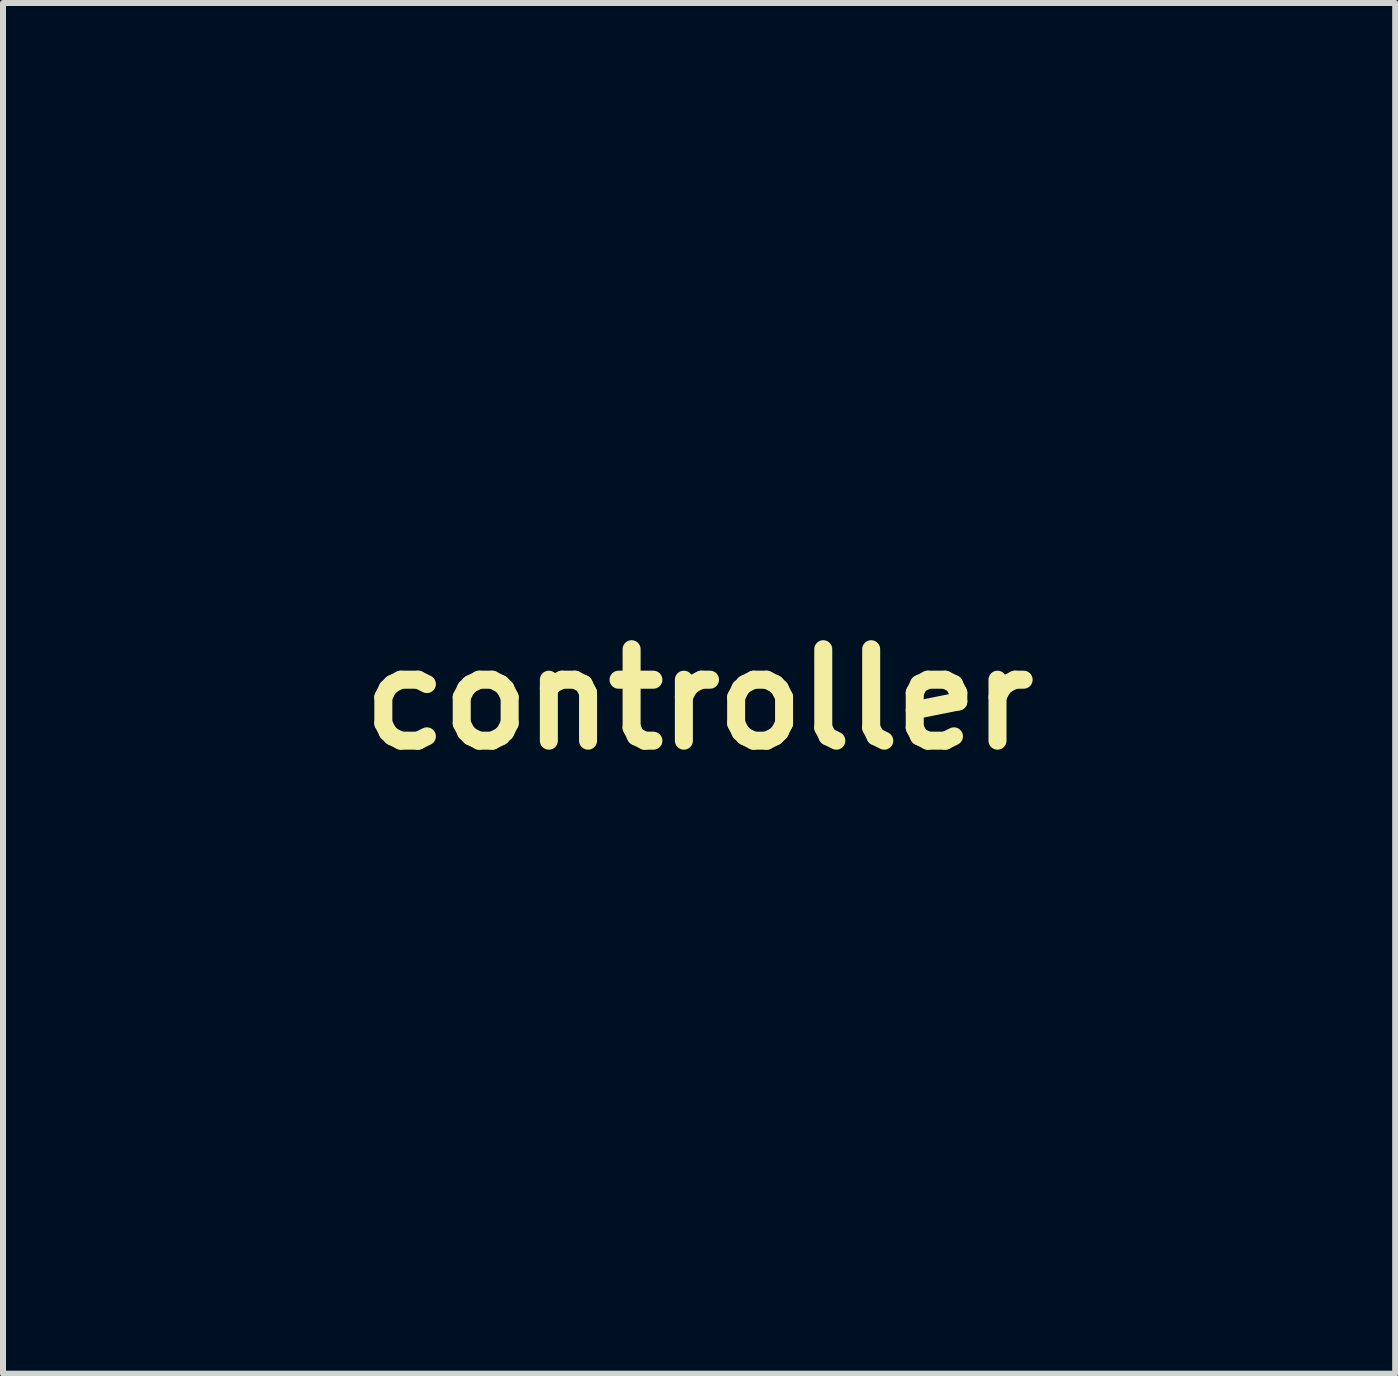
<source format=kicad_pcb>
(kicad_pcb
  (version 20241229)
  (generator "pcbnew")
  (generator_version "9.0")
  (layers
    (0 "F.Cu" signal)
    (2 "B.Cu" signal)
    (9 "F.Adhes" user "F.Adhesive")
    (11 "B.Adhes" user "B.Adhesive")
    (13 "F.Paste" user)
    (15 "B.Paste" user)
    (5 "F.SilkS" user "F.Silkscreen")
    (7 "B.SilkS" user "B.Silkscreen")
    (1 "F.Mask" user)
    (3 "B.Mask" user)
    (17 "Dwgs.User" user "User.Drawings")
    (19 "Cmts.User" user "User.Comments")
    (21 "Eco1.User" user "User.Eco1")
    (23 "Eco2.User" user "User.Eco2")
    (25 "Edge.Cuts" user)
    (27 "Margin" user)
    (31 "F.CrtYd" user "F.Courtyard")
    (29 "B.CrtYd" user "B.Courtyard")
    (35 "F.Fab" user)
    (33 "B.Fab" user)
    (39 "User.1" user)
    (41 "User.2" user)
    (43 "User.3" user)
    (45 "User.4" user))
  (footprint "controller"
    (layer "F.Cu")
    (at 8.598 8.601)
    (property "Reference" "controller" (at 0 0 0) (layer "F.SilkS") (effects (font (size 1.524 1.524) (thickness 0.3))))
    (attr through_hole)
    (fp_poly (pts (xy -7.137 -1.937) (xy -7.144 -1.93) (xy -7.15 -1.937) (xy -7.144 -1.943) (xy -7.137 -1.937)) (stroke (width 0.01) (type solid)) (fill yes) (layer "F.Mask"))
    (fp_poly (pts (xy 2.515 8.223) (xy 2.508 8.23) (xy 2.502 8.223) (xy 2.508 8.217) (xy 2.515 8.223)) (stroke (width 0.01) (type solid)) (fill yes) (layer "F.Mask"))
    (fp_poly (pts (xy 2.548 8.208) (xy 2.547 8.216) (xy 2.54 8.217) (xy 2.53 8.212) (xy 2.532 8.208) (xy 2.547 8.207) (xy 2.548 8.208)) (stroke (width 0.01) (type solid)) (fill yes) (layer "F.Mask"))
    (fp_poly (pts (xy -4.695 0.867) (xy -4.646 0.928) (xy -4.581 0.999) (xy -4.507 1.074) (xy -4.429 1.148) (xy -4.352 1.215) (xy -4.293 1.263) (xy -4.088 1.402) (xy -3.872 1.524) (xy -3.647 1.626) (xy -3.417 1.708) (xy -3.185 1.767) (xy -2.954 1.804) (xy -2.876 1.81) (xy -2.821 1.815) (xy -2.774 1.822) (xy -2.743 1.828) (xy -2.734 1.832) (xy -2.731 1.843) (xy -2.737 1.867) (xy -2.753 1.906) (xy -2.779 1.963) (xy -2.81 2.027) (xy -2.902 2.21) (xy -3.041 2.208) (xy -3.104 2.207) (xy -3.161 2.205) (xy -3.206 2.203) (xy -3.226 2.201) (xy -3.429 2.171) (xy -3.639 2.121) (xy -3.849 2.054) (xy -4.052 1.971) (xy -4.243 1.874) (xy -4.302 1.84) (xy -4.462 1.734) (xy -4.612 1.618) (xy -4.75 1.494) (xy -4.871 1.365) (xy -4.972 1.235) (xy -5.012 1.173) (xy -5.052 1.108) (xy -4.898 0.955) (xy -4.743 0.801) (xy -4.695 0.867)) (stroke (width 0.01) (type solid)) (fill yes) (layer "F.Mask"))
    (fp_poly (pts (xy 1.49 1.383) (xy 1.563 1.472) (xy 1.652 1.567) (xy 1.751 1.661) (xy 1.853 1.749) (xy 1.944 1.819) (xy 2.089 1.913) (xy 2.246 1.999) (xy 2.409 2.074) (xy 2.571 2.134) (xy 2.725 2.178) (xy 2.728 2.178) (xy 2.772 2.19) (xy 2.803 2.2) (xy 2.817 2.207) (xy 2.817 2.208) (xy 2.81 2.222) (xy 2.792 2.254) (xy 2.765 2.3) (xy 2.733 2.356) (xy 2.705 2.404) (xy 2.597 2.59) (xy 2.546 2.59) (xy 2.511 2.586) (xy 2.46 2.577) (xy 2.403 2.564) (xy 2.378 2.558) (xy 2.19 2.498) (xy 2.002 2.415) (xy 1.82 2.313) (xy 1.646 2.195) (xy 1.486 2.063) (xy 1.344 1.921) (xy 1.282 1.846) (xy 1.248 1.802) (xy 1.212 1.749) (xy 1.175 1.694) (xy 1.142 1.641) (xy 1.116 1.595) (xy 1.098 1.56) (xy 1.092 1.542) (xy 1.102 1.529) (xy 1.128 1.504) (xy 1.167 1.468) (xy 1.216 1.426) (xy 1.249 1.399) (xy 1.406 1.271) (xy 1.49 1.383)) (stroke (width 0.01) (type solid)) (fill yes) (layer "F.Mask"))
    (fp_poly (pts (xy -0.079 2.42) (xy 0.106 2.44) (xy 0.304 2.473) (xy 0.512 2.517) (xy 0.727 2.572) (xy 0.945 2.636) (xy 1.162 2.709) (xy 1.375 2.789) (xy 1.581 2.877) (xy 1.644 2.906) (xy 1.821 2.992) (xy 1.995 3.082) (xy 2.166 3.177) (xy 2.336 3.279) (xy 2.507 3.389) (xy 2.681 3.508) (xy 2.86 3.637) (xy 3.045 3.778) (xy 3.238 3.931) (xy 3.44 4.099) (xy 3.655 4.282) (xy 3.882 4.481) (xy 4.124 4.698) (xy 4.139 4.712) (xy 4.279 4.839) (xy 4.403 4.949) (xy 4.512 5.044) (xy 4.607 5.126) (xy 4.692 5.196) (xy 4.767 5.256) (xy 4.835 5.306) (xy 4.897 5.349) (xy 4.955 5.385) (xy 5.011 5.417) (xy 5.036 5.431) (xy 5.085 5.456) (xy 5.112 5.474) (xy 5.122 5.484) (xy 5.115 5.49) (xy 5.113 5.491) (xy 5.026 5.511) (xy 4.959 5.525) (xy 4.907 5.533) (xy 4.865 5.535) (xy 4.829 5.532) (xy 4.794 5.525) (xy 4.763 5.518) (xy 4.716 5.509) (xy 4.664 5.5) (xy 4.661 5.5) (xy 4.571 5.484) (xy 4.49 5.464) (xy 4.42 5.444) (xy 4.377 5.426) (xy 4.327 5.398) (xy 4.267 5.357) (xy 4.195 5.302) (xy 4.111 5.232) (xy 4.012 5.146) (xy 3.917 5.061) (xy 3.793 4.949) (xy 3.685 4.851) (xy 3.589 4.766) (xy 3.504 4.69) (xy 3.425 4.621) (xy 3.351 4.556) (xy 3.278 4.494) (xy 3.203 4.431) (xy 3.14 4.378) (xy 2.808 4.112) (xy 2.479 3.871) (xy 2.153 3.654) (xy 1.827 3.46) (xy 1.502 3.289) (xy 1.176 3.14) (xy 0.848 3.014) (xy 0.517 2.909) (xy 0.181 2.824) (xy -0.1 2.77) (xy -0.187 2.755) (xy -0.259 2.745) (xy -0.324 2.738) (xy -0.389 2.734) (xy -0.462 2.731) (xy -0.549 2.731) (xy -0.588 2.731) (xy -0.862 2.738) (xy -1.118 2.759) (xy -1.36 2.796) (xy -1.59 2.85) (xy -1.813 2.92) (xy -2.033 3.008) (xy -2.204 3.09) (xy -2.253 3.114) (xy -2.29 3.131) (xy -2.311 3.138) (xy -2.312 3.135) (xy -2.31 3.133) (xy -2.156 3.008) (xy -2.009 2.902) (xy -1.865 2.811) (xy -1.717 2.732) (xy -1.561 2.662) (xy -1.515 2.643) (xy -1.25 2.552) (xy -0.976 2.484) (xy -0.691 2.438) (xy -0.396 2.416) (xy -0.245 2.413) (xy -0.079 2.42)) (stroke (width 0.01) (type solid)) (fill yes) (layer "F.Mask"))
    (fp_poly (pts (xy -7.152 -1.911) (xy -7.156 -1.883) (xy -7.156 -1.88) (xy -7.195 -1.611) (xy -7.221 -1.341) (xy -7.234 -1.064) (xy -7.234 -0.775) (xy -7.227 -0.584) (xy -7.206 -0.244) (xy -7.175 0.102) (xy -7.136 0.446) (xy -7.087 0.778) (xy -7.062 0.927) (xy -7.043 1.036) (xy -7.027 1.123) (xy -7.015 1.19) (xy -7.006 1.239) (xy -6.999 1.273) (xy -6.995 1.294) (xy -6.991 1.306) (xy -6.991 1.306) (xy -6.986 1.326) (xy -6.979 1.363) (xy -6.972 1.407) (xy -6.962 1.46) (xy -6.946 1.534) (xy -6.926 1.624) (xy -6.901 1.728) (xy -6.873 1.842) (xy -6.843 1.961) (xy -6.812 2.083) (xy -6.781 2.204) (xy -6.75 2.319) (xy -6.721 2.425) (xy -6.694 2.519) (xy -6.684 2.553) (xy -6.652 2.658) (xy -6.617 2.771) (xy -6.58 2.886) (xy -6.542 3.001) (xy -6.506 3.109) (xy -6.472 3.207) (xy -6.442 3.29) (xy -6.418 3.355) (xy -6.413 3.365) (xy -6.398 3.405) (xy -6.377 3.459) (xy -6.355 3.515) (xy -6.352 3.524) (xy -6.331 3.58) (xy -6.309 3.635) (xy -6.291 3.678) (xy -6.289 3.683) (xy -6.273 3.719) (xy -6.251 3.771) (xy -6.226 3.83) (xy -6.21 3.867) (xy -6.177 3.942) (xy -6.134 4.034) (xy -6.085 4.137) (xy -6.032 4.244) (xy -5.977 4.35) (xy -5.925 4.45) (xy -5.877 4.538) (xy -5.852 4.583) (xy -5.712 4.813) (xy -5.568 5.019) (xy -5.423 5.201) (xy -5.276 5.359) (xy -5.127 5.492) (xy -4.976 5.599) (xy -4.952 5.614) (xy -4.91 5.64) (xy -4.883 5.659) (xy -4.874 5.671) (xy -4.883 5.676) (xy -4.912 5.674) (xy -4.963 5.666) (xy -5.036 5.651) (xy -5.093 5.639) (xy -5.195 5.617) (xy -5.276 5.596) (xy -5.34 5.577) (xy -5.391 5.557) (xy -5.418 5.544) (xy -5.448 5.53) (xy -5.467 5.525) (xy -5.468 5.525) (xy -5.489 5.518) (xy -5.525 5.501) (xy -5.572 5.476) (xy -5.624 5.447) (xy -5.675 5.416) (xy -5.702 5.398) (xy -5.774 5.34) (xy -5.848 5.263) (xy -5.925 5.167) (xy -6.005 5.05) (xy -6.089 4.911) (xy -6.177 4.75) (xy -6.269 4.567) (xy -6.364 4.366) (xy -6.393 4.301) (xy -6.426 4.227) (xy -6.46 4.147) (xy -6.494 4.066) (xy -6.526 3.989) (xy -6.554 3.921) (xy -6.576 3.866) (xy -6.59 3.828) (xy -6.592 3.823) (xy -6.601 3.795) (xy -6.617 3.753) (xy -6.635 3.705) (xy -6.636 3.702) (xy -6.707 3.507) (xy -6.779 3.292) (xy -6.852 3.065) (xy -6.922 2.83) (xy -6.954 2.718) (xy -6.968 2.663) (xy -6.987 2.59) (xy -7.01 2.5) (xy -7.034 2.4) (xy -7.06 2.294) (xy -7.086 2.186) (xy -7.111 2.08) (xy -7.134 1.981) (xy -7.155 1.894) (xy -7.17 1.822) (xy -7.181 1.772) (xy -7.249 1.411) (xy -7.306 1.069) (xy -7.351 0.746) (xy -7.386 0.436) (xy -7.41 0.139) (xy -7.425 -0.149) (xy -7.429 -0.425) (xy -7.428 -0.52) (xy -7.427 -0.61) (xy -7.425 -0.692) (xy -7.423 -0.761) (xy -7.42 -0.813) (xy -7.418 -0.838) (xy -7.395 -0.992) (xy -7.364 -1.161) (xy -7.327 -1.333) (xy -7.286 -1.5) (xy -7.252 -1.623) (xy -7.223 -1.72) (xy -7.199 -1.799) (xy -7.179 -1.858) (xy -7.164 -1.897) (xy -7.155 -1.915) (xy -7.152 -1.911)) (stroke (width 0.01) (type solid)) (fill yes) (layer "F.Mask"))
    (fp_poly (pts (xy -0.042 -8.596) (xy 0.058 -8.594) (xy 0.102 -8.593) (xy 0.26 -8.589) (xy 0.423 -8.582) (xy 0.586 -8.573) (xy 0.744 -8.563) (xy 0.892 -8.55) (xy 1.025 -8.536) (xy 1.137 -8.522) (xy 1.143 -8.521) (xy 1.36 -8.488) (xy 1.559 -8.453) (xy 1.746 -8.417) (xy 1.929 -8.377) (xy 2.115 -8.332) (xy 2.172 -8.317) (xy 2.288 -8.286) (xy 2.419 -8.248) (xy 2.558 -8.205) (xy 2.7 -8.159) (xy 2.839 -8.112) (xy 2.97 -8.066) (xy 3.087 -8.023) (xy 3.176 -7.988) (xy 3.246 -7.959) (xy 3.319 -7.929) (xy 3.386 -7.901) (xy 3.435 -7.881) (xy 3.482 -7.861) (xy 3.545 -7.833) (xy 3.617 -7.799) (xy 3.693 -7.763) (xy 3.74 -7.741) (xy 4.104 -7.553) (xy 4.463 -7.346) (xy 4.816 -7.12) (xy 5.156 -6.88) (xy 5.481 -6.627) (xy 5.786 -6.366) (xy 5.881 -6.278) (xy 6.008 -6.156) (xy 6.143 -6.018) (xy 6.282 -5.871) (xy 6.421 -5.717) (xy 6.558 -5.56) (xy 6.688 -5.405) (xy 6.809 -5.255) (xy 6.917 -5.115) (xy 6.991 -5.011) (xy 7.07 -4.897) (xy 7.154 -4.77) (xy 7.239 -4.639) (xy 7.32 -4.51) (xy 7.394 -4.39) (xy 7.429 -4.331) (xy 7.465 -4.267) (xy 7.507 -4.192) (xy 7.553 -4.107) (xy 7.601 -4.018) (xy 7.649 -3.926) (xy 7.695 -3.836) (xy 7.738 -3.752) (xy 7.776 -3.675) (xy 7.807 -3.611) (xy 7.83 -3.562) (xy 7.842 -3.531) (xy 7.842 -3.531) (xy 7.852 -3.505) (xy 7.869 -3.464) (xy 7.89 -3.413) (xy 7.903 -3.385) (xy 7.956 -3.262) (xy 8.011 -3.122) (xy 8.067 -2.971) (xy 8.123 -2.811) (xy 8.178 -2.648) (xy 8.23 -2.485) (xy 8.277 -2.328) (xy 8.318 -2.181) (xy 8.353 -2.047) (xy 8.378 -1.932) (xy 8.381 -1.918) (xy 8.389 -1.877) (xy 8.4 -1.819) (xy 8.414 -1.753) (xy 8.426 -1.695) (xy 8.452 -1.567) (xy 8.475 -1.438) (xy 8.496 -1.306) (xy 8.516 -1.166) (xy 8.534 -1.012) (xy 8.553 -0.842) (xy 8.568 -0.679) (xy 8.575 -0.59) (xy 8.581 -0.482) (xy 8.586 -0.361) (xy 8.589 -0.231) (xy 8.591 -0.095) (xy 8.592 0.042) (xy 8.591 0.175) (xy 8.59 0.302) (xy 8.586 0.416) (xy 8.582 0.515) (xy 8.576 0.593) (xy 8.575 0.61) (xy 8.568 0.672) (xy 8.559 0.752) (xy 8.55 0.842) (xy 8.54 0.934) (xy 8.534 0.997) (xy 8.491 1.328) (xy 8.431 1.67) (xy 8.355 2.018) (xy 8.263 2.367) (xy 8.158 2.71) (xy 8.041 3.044) (xy 8.007 3.131) (xy 7.834 3.54) (xy 7.638 3.944) (xy 7.421 4.339) (xy 7.186 4.721) (xy 6.933 5.087) (xy 6.836 5.217) (xy 6.672 5.425) (xy 6.495 5.634) (xy 6.309 5.841) (xy 6.118 6.042) (xy 5.924 6.235) (xy 5.731 6.416) (xy 5.542 6.581) (xy 5.359 6.728) (xy 5.309 6.766) (xy 5.258 6.804) (xy 5.203 6.846) (xy 5.169 6.872) (xy 5.044 6.965) (xy 4.9 7.065) (xy 4.742 7.169) (xy 4.575 7.275) (xy 4.404 7.379) (xy 4.233 7.479) (xy 4.067 7.571) (xy 3.91 7.653) (xy 3.877 7.67) (xy 3.702 7.756) (xy 3.542 7.831) (xy 3.393 7.899) (xy 3.249 7.96) (xy 3.105 8.017) (xy 2.954 8.074) (xy 2.792 8.131) (xy 2.689 8.166) (xy 2.629 8.186) (xy 2.59 8.198) (xy 2.57 8.203) (xy 2.564 8.202) (xy 2.566 8.199) (xy 2.58 8.193) (xy 2.612 8.179) (xy 2.657 8.16) (xy 2.713 8.137) (xy 2.713 8.137) (xy 2.792 8.102) (xy 2.89 8.058) (xy 2.999 8.005) (xy 3.116 7.947) (xy 3.237 7.886) (xy 3.355 7.824) (xy 3.466 7.764) (xy 3.525 7.732) (xy 3.869 7.525) (xy 4.209 7.296) (xy 4.541 7.048) (xy 4.861 6.783) (xy 5.166 6.505) (xy 5.452 6.215) (xy 5.466 6.2) (xy 5.529 6.133) (xy 5.315 5.918) (xy 5.563 5.671) (xy 5.81 5.423) (xy 5.996 5.607) (xy 6.034 5.563) (xy 6.116 5.462) (xy 6.206 5.343) (xy 6.302 5.209) (xy 6.402 5.063) (xy 6.502 4.911) (xy 6.601 4.755) (xy 6.695 4.599) (xy 6.782 4.449) (xy 6.782 4.448) (xy 6.894 4.249) (xy 6.86 4.226) (xy 6.824 4.203) (xy 6.785 4.183) (xy 6.758 4.167) (xy 6.744 4.153) (xy 6.744 4.151) (xy 6.733 4.142) (xy 6.718 4.14) (xy 6.698 4.135) (xy 6.693 4.128) (xy 6.682 4.117) (xy 6.668 4.115) (xy 6.647 4.109) (xy 6.642 4.102) (xy 6.632 4.091) (xy 6.623 4.089) (xy 6.606 4.084) (xy 6.604 4.079) (xy 6.593 4.068) (xy 6.567 4.054) (xy 6.56 4.051) (xy 6.531 4.038) (xy 6.516 4.026) (xy 6.515 4.024) (xy 6.505 4.014) (xy 6.496 4.013) (xy 6.474 4.005) (xy 6.472 3.979) (xy 6.488 3.937) (xy 6.508 3.901) (xy 6.53 3.862) (xy 6.547 3.833) (xy 6.553 3.818) (xy 6.553 3.818) (xy 6.559 3.806) (xy 6.575 3.778) (xy 6.596 3.74) (xy 6.621 3.698) (xy 6.644 3.658) (xy 6.664 3.626) (xy 6.674 3.61) (xy 6.685 3.614) (xy 6.713 3.628) (xy 6.75 3.648) (xy 6.793 3.671) (xy 6.834 3.695) (xy 6.869 3.715) (xy 6.891 3.729) (xy 6.896 3.733) (xy 6.91 3.743) (xy 6.939 3.759) (xy 6.953 3.767) (xy 7.011 3.797) (xy 7.049 3.819) (xy 7.07 3.834) (xy 7.075 3.84) (xy 7.087 3.849) (xy 7.102 3.847) (xy 7.12 3.831) (xy 7.143 3.8) (xy 7.171 3.753) (xy 7.207 3.688) (xy 7.249 3.603) (xy 7.301 3.497) (xy 7.327 3.442) (xy 7.377 3.333) (xy 7.43 3.211) (xy 7.485 3.08) (xy 7.539 2.946) (xy 7.59 2.813) (xy 7.637 2.685) (xy 7.679 2.569) (xy 7.712 2.467) (xy 7.726 2.418) (xy 7.756 2.314) (xy 7.551 2.26) (xy 7.478 2.241) (xy 7.408 2.222) (xy 7.348 2.206) (xy 7.304 2.193) (xy 7.288 2.189) (xy 7.228 2.171) (xy 7.272 2.01) (xy 7.289 1.944) (xy 7.306 1.882) (xy 7.321 1.831) (xy 7.33 1.797) (xy 7.331 1.796) (xy 7.347 1.744) (xy 7.595 1.811) (xy 7.671 1.832) (xy 7.739 1.85) (xy 7.795 1.865) (xy 7.835 1.875) (xy 7.855 1.879) (xy 7.857 1.879) (xy 7.867 1.867) (xy 7.88 1.833) (xy 7.895 1.78) (xy 7.912 1.71) (xy 7.93 1.627) (xy 7.948 1.534) (xy 7.966 1.433) (xy 7.983 1.327) (xy 7.999 1.221) (xy 8.012 1.115) (xy 8.019 1.054) (xy 8.028 0.971) (xy 8.038 0.878) (xy 8.048 0.779) (xy 8.057 0.681) (xy 8.066 0.588) (xy 8.074 0.507) (xy 8.079 0.444) (xy 8.081 0.422) (xy 8.086 0.356) (xy 7.417 0.356) (xy 7.417 -0.343) (xy 8.084 -0.343) (xy 8.075 -0.49) (xy 8.059 -0.691) (xy 8.039 -0.895) (xy 8.016 -1.096) (xy 7.989 -1.288) (xy 7.96 -1.464) (xy 7.936 -1.587) (xy 7.923 -1.651) (xy 7.91 -1.717) (xy 7.899 -1.773) (xy 7.896 -1.788) (xy 7.885 -1.835) (xy 7.874 -1.86) (xy 7.862 -1.866) (xy 7.844 -1.863) (xy 7.806 -1.854) (xy 7.751 -1.84) (xy 7.684 -1.823) (xy 7.609 -1.803) (xy 7.595 -1.799) (xy 7.347 -1.732) (xy 7.292 -1.934) (xy 7.274 -2.002) (xy 7.259 -2.063) (xy 7.249 -2.111) (xy 7.243 -2.142) (xy 7.243 -2.151) (xy 7.257 -2.159) (xy 7.291 -2.172) (xy 7.342 -2.188) (xy 7.407 -2.208) (xy 7.482 -2.228) (xy 7.502 -2.234) (xy 7.755 -2.301) (xy 7.72 -2.428) (xy 7.674 -2.577) (xy 7.617 -2.742) (xy 7.552 -2.918) (xy 7.479 -3.1) (xy 7.401 -3.281) (xy 7.321 -3.458) (xy 7.24 -3.624) (xy 7.194 -3.714) (xy 7.122 -3.849) (xy 7.069 -3.818) (xy 7.04 -3.801) (xy 6.995 -3.775) (xy 6.937 -3.741) (xy 6.872 -3.704) (xy 6.832 -3.68) (xy 6.646 -3.572) (xy 6.581 -3.688) (xy 6.547 -3.747) (xy 6.512 -3.809) (xy 6.482 -3.862) (xy 6.471 -3.882) (xy 6.426 -3.96) (xy 6.652 -4.089) (xy 6.72 -4.129) (xy 6.781 -4.165) (xy 6.832 -4.194) (xy 6.868 -4.216) (xy 6.886 -4.228) (xy 6.887 -4.229) (xy 6.886 -4.244) (xy 6.87 -4.278) (xy 6.842 -4.328) (xy 6.802 -4.392) (xy 6.752 -4.469) (xy 6.692 -4.557) (xy 6.625 -4.653) (xy 6.552 -4.755) (xy 6.478 -4.856) (xy 6.438 -4.909) (xy 6.389 -4.972) (xy 6.334 -5.041) (xy 6.275 -5.114) (xy 6.215 -5.186) (xy 6.157 -5.256) (xy 6.104 -5.32) (xy 6.057 -5.374) (xy 6.02 -5.416) (xy 5.995 -5.442) (xy 5.989 -5.447) (xy 5.981 -5.451) (xy 5.971 -5.45) (xy 5.955 -5.442) (xy 5.933 -5.425) (xy 5.902 -5.397) (xy 5.859 -5.356) (xy 5.804 -5.302) (xy 5.732 -5.23) (xy 5.73 -5.228) (xy 5.493 -4.991) (xy 4.998 -5.486) (xy 5.477 -5.966) (xy 5.421 -6.016) (xy 5.251 -6.166) (xy 5.065 -6.318) (xy 4.861 -6.473) (xy 4.638 -6.633) (xy 4.393 -6.8) (xy 4.382 -6.807) (xy 4.25 -6.896) (xy 4.226 -6.861) (xy 4.204 -6.824) (xy 4.183 -6.785) (xy 4.167 -6.758) (xy 4.153 -6.744) (xy 4.151 -6.744) (xy 4.142 -6.733) (xy 4.14 -6.718) (xy 4.135 -6.698) (xy 4.128 -6.693) (xy 4.117 -6.682) (xy 4.115 -6.668) (xy 4.109 -6.647) (xy 4.102 -6.642) (xy 4.091 -6.632) (xy 4.089 -6.623) (xy 4.084 -6.606) (xy 4.079 -6.604) (xy 4.068 -6.593) (xy 4.054 -6.567) (xy 4.051 -6.56) (xy 4.038 -6.531) (xy 4.026 -6.516) (xy 4.024 -6.515) (xy 4.014 -6.505) (xy 4.013 -6.501) (xy 4.006 -6.482) (xy 3.99 -6.454) (xy 3.988 -6.452) (xy 3.962 -6.426) (xy 3.937 -6.423) (xy 3.916 -6.432) (xy 3.912 -6.438) (xy 3.901 -6.448) (xy 3.875 -6.461) (xy 3.867 -6.464) (xy 3.838 -6.477) (xy 3.823 -6.488) (xy 3.823 -6.49) (xy 3.812 -6.499) (xy 3.786 -6.512) (xy 3.778 -6.515) (xy 3.75 -6.528) (xy 3.734 -6.539) (xy 3.734 -6.541) (xy 3.723 -6.55) (xy 3.697 -6.563) (xy 3.689 -6.566) (xy 3.661 -6.58) (xy 3.646 -6.592) (xy 3.645 -6.594) (xy 3.635 -6.603) (xy 3.627 -6.604) (xy 3.605 -6.613) (xy 3.594 -6.623) (xy 3.587 -6.64) (xy 3.595 -6.663) (xy 3.603 -6.677) (xy 3.621 -6.705) (xy 3.646 -6.747) (xy 3.673 -6.795) (xy 3.677 -6.801) (xy 3.7 -6.843) (xy 3.72 -6.877) (xy 3.731 -6.895) (xy 3.733 -6.896) (xy 3.743 -6.91) (xy 3.76 -6.941) (xy 3.782 -6.981) (xy 3.805 -7.025) (xy 3.815 -7.045) (xy 3.829 -7.067) (xy 3.839 -7.074) (xy 3.846 -7.085) (xy 3.848 -7.099) (xy 3.841 -7.117) (xy 3.817 -7.137) (xy 3.773 -7.163) (xy 3.756 -7.171) (xy 3.688 -7.206) (xy 3.611 -7.244) (xy 3.528 -7.284) (xy 3.445 -7.323) (xy 3.365 -7.36) (xy 3.294 -7.393) (xy 3.236 -7.419) (xy 3.195 -7.437) (xy 3.188 -7.439) (xy 3.143 -7.457) (xy 3.085 -7.48) (xy 3.026 -7.506) (xy 3.01 -7.512) (xy 2.956 -7.535) (xy 2.883 -7.563) (xy 2.798 -7.595) (xy 2.706 -7.628) (xy 2.614 -7.661) (xy 2.527 -7.691) (xy 2.452 -7.716) (xy 2.393 -7.734) (xy 2.392 -7.735) (xy 2.315 -7.757) (xy 2.249 -7.51) (xy 2.228 -7.434) (xy 2.21 -7.364) (xy 2.194 -7.306) (xy 2.182 -7.264) (xy 2.175 -7.242) (xy 2.174 -7.24) (xy 2.17 -7.232) (xy 2.161 -7.228) (xy 2.144 -7.228) (xy 2.116 -7.232) (xy 2.073 -7.242) (xy 2.012 -7.258) (xy 1.957 -7.273) (xy 1.888 -7.291) (xy 1.828 -7.308) (xy 1.782 -7.321) (xy 1.753 -7.329) (xy 1.744 -7.332) (xy 1.747 -7.345) (xy 1.755 -7.378) (xy 1.767 -7.429) (xy 1.784 -7.493) (xy 1.804 -7.567) (xy 1.81 -7.589) (xy 1.831 -7.666) (xy 1.849 -7.735) (xy 1.864 -7.792) (xy 1.874 -7.834) (xy 1.879 -7.856) (xy 1.879 -7.858) (xy 1.876 -7.865) (xy 1.866 -7.873) (xy 1.846 -7.881) (xy 1.813 -7.89) (xy 1.766 -7.901) (xy 1.702 -7.914) (xy 1.618 -7.93) (xy 1.512 -7.949) (xy 1.467 -7.957) (xy 1.165 -8.006) (xy 0.873 -8.044) (xy 0.595 -8.068) (xy 0.511 -8.073) (xy 0.356 -8.081) (xy 0.356 -7.404) (xy -0.343 -7.404) (xy -0.343 -8.077) (xy -0.416 -8.077) (xy -0.459 -8.076) (xy -0.524 -8.072) (xy -0.61 -8.065) (xy -0.718 -8.055) (xy -0.85 -8.043) (xy -1.006 -8.027) (xy -1.022 -8.026) (xy -1.087 -8.018) (xy -1.165 -8.008) (xy -1.252 -7.994) (xy -1.345 -7.979) (xy -1.44 -7.963) (xy -1.533 -7.947) (xy -1.621 -7.93) (xy -1.7 -7.914) (xy -1.767 -7.9) (xy -1.819 -7.887) (xy -1.851 -7.878) (xy -1.859 -7.873) (xy -1.858 -7.86) (xy -1.852 -7.826) (xy -1.842 -7.776) (xy -1.828 -7.715) (xy -1.812 -7.646) (xy -1.794 -7.575) (xy -1.777 -7.506) (xy -1.76 -7.443) (xy -1.745 -7.39) (xy -1.733 -7.352) (xy -1.731 -7.347) (xy -1.741 -7.338) (xy -1.77 -7.326) (xy -1.815 -7.311) (xy -1.871 -7.295) (xy -1.932 -7.278) (xy -1.994 -7.263) (xy -2.052 -7.25) (xy -2.102 -7.24) (xy -2.139 -7.235) (xy -2.157 -7.236) (xy -2.158 -7.237) (xy -2.164 -7.254) (xy -2.175 -7.291) (xy -2.191 -7.345) (xy -2.209 -7.411) (xy -2.23 -7.487) (xy -2.235 -7.506) (xy -2.256 -7.582) (xy -2.274 -7.649) (xy -2.29 -7.703) (xy -2.302 -7.741) (xy -2.309 -7.759) (xy -2.31 -7.76) (xy -2.333 -7.755) (xy -2.376 -7.743) (xy -2.436 -7.724) (xy -2.509 -7.699) (xy -2.592 -7.67) (xy -2.682 -7.638) (xy -2.774 -7.605) (xy -2.866 -7.57) (xy -2.954 -7.537) (xy -3.035 -7.505) (xy -3.104 -7.477) (xy -3.114 -7.473) (xy -3.173 -7.448) (xy -3.223 -7.427) (xy -3.261 -7.412) (xy -3.28 -7.405) (xy -3.282 -7.404) (xy -3.296 -7.399) (xy -3.328 -7.384) (xy -3.375 -7.361) (xy -3.434 -7.333) (xy -3.499 -7.3) (xy -3.569 -7.266) (xy -3.637 -7.232) (xy -3.702 -7.199) (xy -3.758 -7.17) (xy -3.803 -7.147) (xy -3.832 -7.132) (xy -3.841 -7.126) (xy -3.836 -7.113) (xy -3.821 -7.081) (xy -3.796 -7.035) (xy -3.763 -6.976) (xy -3.724 -6.908) (xy -3.707 -6.878) (xy -3.667 -6.808) (xy -3.631 -6.746) (xy -3.602 -6.695) (xy -3.582 -6.657) (xy -3.572 -6.638) (xy -3.571 -6.635) (xy -3.583 -6.628) (xy -3.613 -6.61) (xy -3.658 -6.584) (xy -3.714 -6.552) (xy -3.763 -6.524) (xy -3.951 -6.415) (xy -3.979 -6.462) (xy -3.995 -6.488) (xy -4.021 -6.532) (xy -4.054 -6.589) (xy -4.091 -6.653) (xy -4.122 -6.707) (xy -4.235 -6.904) (xy -4.4 -6.797) (xy -4.593 -6.667) (xy -4.787 -6.528) (xy -4.978 -6.384) (xy -5.159 -6.239) (xy -5.324 -6.098) (xy -5.378 -6.049) (xy -5.467 -5.969) (xy -4.985 -5.486) (xy -5.232 -5.239) (xy -5.48 -4.991) (xy -5.723 -5.234) (xy -5.966 -5.476) (xy -6.187 -5.224) (xy -6.251 -5.151) (xy -6.314 -5.078) (xy -6.373 -5.009) (xy -6.423 -4.949) (xy -6.463 -4.902) (xy -6.483 -4.877) (xy -6.525 -4.825) (xy -6.576 -4.763) (xy -6.629 -4.703) (xy -6.654 -4.674) (xy -6.725 -4.594) (xy -6.783 -4.527) (xy -6.831 -4.47) (xy -6.874 -4.415) (xy -6.916 -4.36) (xy -6.961 -4.298) (xy -6.994 -4.25) (xy -7.031 -4.193) (xy -7.05 -4.153) (xy -7.05 -4.127) (xy -7.034 -4.116) (xy -7.022 -4.115) (xy -7.002 -4.109) (xy -6.998 -4.102) (xy -6.987 -4.091) (xy -6.979 -4.089) (xy -6.962 -4.084) (xy -6.96 -4.08) (xy -6.949 -4.069) (xy -6.924 -4.055) (xy -6.918 -4.052) (xy -6.889 -4.038) (xy -6.872 -4.028) (xy -6.871 -4.027) (xy -6.857 -4.017) (xy -6.827 -4.001) (xy -6.803 -3.988) (xy -6.771 -3.97) (xy -6.755 -3.957) (xy -6.755 -3.952) (xy -6.768 -3.937) (xy -6.769 -3.93) (xy -6.776 -3.913) (xy -6.782 -3.912) (xy -6.792 -3.901) (xy -6.795 -3.886) (xy -6.799 -3.865) (xy -6.804 -3.861) (xy -6.816 -3.85) (xy -6.829 -3.826) (xy -6.838 -3.8) (xy -6.838 -3.783) (xy -6.839 -3.772) (xy -6.841 -3.772) (xy -6.853 -3.761) (xy -6.867 -3.736) (xy -6.87 -3.731) (xy -6.884 -3.701) (xy -6.896 -3.684) (xy -6.897 -3.683) (xy -6.907 -3.669) (xy -6.924 -3.64) (xy -6.933 -3.623) (xy -6.955 -3.588) (xy -6.977 -3.577) (xy -7.005 -3.587) (xy -7.023 -3.6) (xy -7.045 -3.615) (xy -7.081 -3.637) (xy -7.124 -3.662) (xy -7.167 -3.686) (xy -7.205 -3.706) (xy -7.232 -3.718) (xy -7.24 -3.721) (xy -7.252 -3.73) (xy -7.252 -3.732) (xy -7.262 -3.744) (xy -7.277 -3.75) (xy -7.292 -3.75) (xy -7.307 -3.738) (xy -7.327 -3.71) (xy -7.355 -3.664) (xy -7.358 -3.66) (xy -7.386 -3.611) (xy -7.422 -3.548) (xy -7.462 -3.479) (xy -7.502 -3.411) (xy -7.506 -3.404) (xy -7.544 -3.338) (xy -7.586 -3.259) (xy -7.633 -3.172) (xy -7.681 -3.079) (xy -7.731 -2.981) (xy -7.78 -2.884) (xy -7.827 -2.789) (xy -7.871 -2.698) (xy -7.91 -2.617) (xy -7.942 -2.546) (xy -7.967 -2.488) (xy -7.983 -2.448) (xy -7.988 -2.428) (xy -7.977 -2.42) (xy -7.947 -2.41) (xy -7.904 -2.398) (xy -7.894 -2.395) (xy -7.8 -2.373) (xy -7.823 -2.288) (xy -7.834 -2.242) (xy -7.842 -2.204) (xy -7.845 -2.182) (xy -7.848 -2.158) (xy -7.856 -2.12) (xy -7.868 -2.075) (xy -7.881 -2.028) (xy -7.894 -1.986) (xy -7.905 -1.955) (xy -7.913 -1.943) (xy -7.913 -1.943) (xy -7.929 -1.946) (xy -7.963 -1.955) (xy -8.01 -1.967) (xy -8.038 -1.974) (xy -8.153 -2.005) (xy -8.209 -1.831) (xy -8.264 -1.656) (xy -8.316 -1.47) (xy -8.365 -1.278) (xy -8.41 -1.086) (xy -8.449 -0.9) (xy -8.482 -0.724) (xy -8.506 -0.563) (xy -8.515 -0.495) (xy -8.523 -0.423) (xy -8.533 -0.337) (xy -8.543 -0.243) (xy -8.555 -0.147) (xy -8.566 -0.054) (xy -8.576 0.03) (xy -8.584 0.101) (xy -8.59 0.152) (xy -8.59 0.152) (xy -8.592 0.152) (xy -8.592 0.129) (xy -8.593 0.086) (xy -8.593 0.026) (xy -8.592 -0.049) (xy -8.591 -0.136) (xy -8.591 -0.152) (xy -8.589 -0.264) (xy -8.585 -0.371) (xy -8.58 -0.478) (xy -8.572 -0.588) (xy -8.562 -0.705) (xy -8.549 -0.833) (xy -8.533 -0.975) (xy -8.514 -1.134) (xy -8.491 -1.315) (xy -8.49 -1.321) (xy -8.465 -1.484) (xy -8.433 -1.663) (xy -8.394 -1.853) (xy -8.35 -2.047) (xy -8.302 -2.237) (xy -8.251 -2.418) (xy -8.228 -2.496) (xy -8.076 -2.947) (xy -7.902 -3.385) (xy -7.707 -3.81) (xy -7.49 -4.222) (xy -7.252 -4.62) (xy -6.992 -5.004) (xy -6.711 -5.375) (xy -6.41 -5.731) (xy -6.147 -6.012) (xy -5.811 -6.338) (xy -5.459 -6.644) (xy -5.093 -6.929) (xy -4.712 -7.194) (xy -4.318 -7.438) (xy -3.91 -7.66) (xy -3.83 -7.7) (xy -3.597 -7.81) (xy -3.352 -7.917) (xy -3.099 -8.019) (xy -2.843 -8.113) (xy -2.588 -8.199) (xy -2.34 -8.275) (xy -2.103 -8.339) (xy -1.889 -8.388) (xy -1.826 -8.401) (xy -1.753 -8.417) (xy -1.687 -8.431) (xy -1.686 -8.431) (xy -1.626 -8.444) (xy -1.553 -8.458) (xy -1.478 -8.471) (xy -1.441 -8.476) (xy -1.378 -8.486) (xy -1.317 -8.496) (xy -1.267 -8.505) (xy -1.243 -8.509) (xy -1.217 -8.513) (xy -1.169 -8.519) (xy -1.102 -8.526) (xy -1.02 -8.534) (xy -0.926 -8.543) (xy -0.824 -8.553) (xy -0.735 -8.561) (xy -0.612 -8.571) (xy -0.509 -8.58) (xy -0.422 -8.587) (xy -0.345 -8.591) (xy -0.273 -8.594) (xy -0.202 -8.596) (xy -0.127 -8.596) (xy -0.042 -8.596)) (stroke (width 0.01) (type solid)) (fill yes) (layer "F.Mask"))
    (fp_poly (pts (xy -5.328 -3.399) (xy -5.218 -3.392) (xy -5.109 -3.38) (xy -4.997 -3.362) (xy -4.882 -3.338) (xy -4.761 -3.308) (xy -4.632 -3.27) (xy -4.494 -3.224) (xy -4.344 -3.17) (xy -4.18 -3.106) (xy -4.001 -3.033) (xy -3.805 -2.949) (xy -3.589 -2.854) (xy -3.454 -2.794) (xy -3.274 -2.713) (xy -3.114 -2.642) (xy -2.973 -2.58) (xy -2.848 -2.526) (xy -2.736 -2.479) (xy -2.636 -2.438) (xy -2.545 -2.403) (xy -2.461 -2.371) (xy -2.441 -2.364) (xy -2.271 -2.305) (xy -2.11 -2.257) (xy -1.954 -2.219) (xy -1.8 -2.191) (xy -1.645 -2.172) (xy -1.485 -2.163) (xy -1.315 -2.162) (xy -1.134 -2.171) (xy -0.936 -2.187) (xy -0.718 -2.211) (xy -0.662 -2.219) (xy -0.487 -2.238) (xy -0.318 -2.25) (xy -0.158 -2.255) (xy -0.01 -2.252) (xy 0.122 -2.243) (xy 0.233 -2.226) (xy 0.241 -2.224) (xy 0.414 -2.18) (xy 0.584 -2.123) (xy 0.752 -2.052) (xy 0.921 -1.964) (xy 1.094 -1.86) (xy 1.272 -1.737) (xy 1.458 -1.595) (xy 1.651 -1.434) (xy 1.754 -1.342) (xy 1.869 -1.235) (xy 1.993 -1.115) (xy 2.121 -0.987) (xy 2.25 -0.855) (xy 2.376 -0.722) (xy 2.495 -0.592) (xy 2.604 -0.47) (xy 2.686 -0.375) (xy 2.84 -0.184) (xy 3 0.029) (xy 3.165 0.261) (xy 3.334 0.51) (xy 3.505 0.773) (xy 3.678 1.049) (xy 3.85 1.334) (xy 4.02 1.626) (xy 4.186 1.923) (xy 4.348 2.222) (xy 4.504 2.521) (xy 4.652 2.818) (xy 4.791 3.11) (xy 4.92 3.394) (xy 4.968 3.505) (xy 5.062 3.729) (xy 5.146 3.944) (xy 5.221 4.148) (xy 5.286 4.339) (xy 5.34 4.516) (xy 5.384 4.678) (xy 5.416 4.823) (xy 5.437 4.951) (xy 5.445 5.058) (xy 5.444 5.122) (xy 5.43 5.207) (xy 5.404 5.274) (xy 5.367 5.324) (xy 5.321 5.353) (xy 5.281 5.359) (xy 5.239 5.351) (xy 5.182 5.33) (xy 5.115 5.297) (xy 5.042 5.254) (xy 4.999 5.227) (xy 4.95 5.192) (xy 4.896 5.153) (xy 4.837 5.107) (xy 4.77 5.052) (xy 4.695 4.989) (xy 4.608 4.914) (xy 4.508 4.826) (xy 4.394 4.724) (xy 4.262 4.606) (xy 4.261 4.604) (xy 4.146 4.501) (xy 4.047 4.412) (xy 3.962 4.336) (xy 3.889 4.271) (xy 3.826 4.214) (xy 3.77 4.165) (xy 3.718 4.119) (xy 3.668 4.077) (xy 3.619 4.035) (xy 3.566 3.991) (xy 3.51 3.943) (xy 3.483 3.921) (xy 3.151 3.655) (xy 2.822 3.414) (xy 2.496 3.197) (xy 2.172 3.003) (xy 1.847 2.833) (xy 1.521 2.684) (xy 1.194 2.558) (xy 0.863 2.452) (xy 0.528 2.368) (xy 0.243 2.312) (xy 0.156 2.298) (xy 0.084 2.288) (xy 0.019 2.281) (xy -0.046 2.276) (xy -0.119 2.274) (xy -0.206 2.273) (xy -0.245 2.273) (xy -0.44 2.276) (xy -0.616 2.286) (xy -0.781 2.302) (xy -0.942 2.326) (xy -1.106 2.359) (xy -1.13 2.364) (xy -1.375 2.431) (xy -1.616 2.519) (xy -1.847 2.626) (xy -2.066 2.751) (xy -2.268 2.89) (xy -2.304 2.919) (xy -2.419 3.017) (xy -2.54 3.133) (xy -2.662 3.261) (xy -2.78 3.395) (xy -2.888 3.531) (xy -2.982 3.662) (xy -2.985 3.666) (xy -3.019 3.715) (xy -3.053 3.762) (xy -3.08 3.798) (xy -3.088 3.807) (xy -3.11 3.836) (xy -3.123 3.859) (xy -3.124 3.864) (xy -3.13 3.88) (xy -3.147 3.913) (xy -3.171 3.958) (xy -3.199 4.007) (xy -3.223 4.049) (xy -3.256 4.109) (xy -3.297 4.185) (xy -3.344 4.273) (xy -3.396 4.369) (xy -3.449 4.47) (xy -3.496 4.56) (xy -3.571 4.703) (xy -3.636 4.826) (xy -3.692 4.931) (xy -3.741 5.02) (xy -3.785 5.095) (xy -3.823 5.159) (xy -3.859 5.214) (xy -3.893 5.263) (xy -3.928 5.307) (xy -3.963 5.348) (xy -4.001 5.39) (xy -4.041 5.432) (xy -4.119 5.505) (xy -4.193 5.557) (xy -4.267 5.593) (xy -4.311 5.606) (xy -4.423 5.624) (xy -4.536 5.617) (xy -4.586 5.607) (xy -4.712 5.564) (xy -4.841 5.498) (xy -4.973 5.408) (xy -5.108 5.292) (xy -5.169 5.233) (xy -5.297 5.098) (xy -5.418 4.952) (xy -5.535 4.793) (xy -5.648 4.62) (xy -5.76 4.429) (xy -5.872 4.219) (xy -5.985 3.986) (xy -6.021 3.909) (xy -6.05 3.844) (xy -6.083 3.77) (xy -6.117 3.69) (xy -6.152 3.609) (xy -6.184 3.532) (xy -6.211 3.464) (xy -6.233 3.408) (xy -6.247 3.371) (xy -6.249 3.365) (xy -6.259 3.338) (xy -6.274 3.296) (xy -6.292 3.247) (xy -6.293 3.245) (xy -6.364 3.049) (xy -6.436 2.835) (xy -6.509 2.607) (xy -6.579 2.373) (xy -6.611 2.261) (xy -6.625 2.206) (xy -6.644 2.132) (xy -6.667 2.043) (xy -6.691 1.943) (xy -6.717 1.837) (xy -6.743 1.729) (xy -6.768 1.623) (xy -6.792 1.524) (xy -6.812 1.437) (xy -6.828 1.365) (xy -6.838 1.314) (xy -6.902 0.979) (xy -6.949 0.702) (xy -5.309 0.702) (xy -5.297 0.853) (xy -5.264 1.001) (xy -5.206 1.147) (xy -5.126 1.291) (xy -5.021 1.436) (xy -4.891 1.581) (xy -4.886 1.586) (xy -4.726 1.733) (xy -4.546 1.868) (xy -4.35 1.991) (xy -4.142 2.098) (xy -3.926 2.189) (xy -3.705 2.261) (xy -3.482 2.313) (xy -3.289 2.341) (xy -3.227 2.345) (xy -3.147 2.347) (xy -3.058 2.348) (xy -2.966 2.346) (xy -2.877 2.343) (xy -2.799 2.338) (xy -2.738 2.332) (xy -2.73 2.331) (xy -2.572 2.298) (xy -2.427 2.25) (xy -2.297 2.187) (xy -2.185 2.111) (xy -2.091 2.022) (xy -2.02 1.923) (xy -2.014 1.913) (xy -1.971 1.825) (xy -1.939 1.734) (xy -1.925 1.676) (xy -1.907 1.644) (xy -1.866 1.608) (xy -1.85 1.596) (xy -1.775 1.532) (xy -1.705 1.449) (xy -1.645 1.355) (xy -1.6 1.256) (xy -1.575 1.169) (xy -1.574 1.164) (xy 0.864 1.164) (xy 0.867 1.287) (xy 0.889 1.417) (xy 0.93 1.551) (xy 0.992 1.69) (xy 1.073 1.83) (xy 1.076 1.834) (xy 1.137 1.918) (xy 1.215 2.01) (xy 1.303 2.104) (xy 1.397 2.195) (xy 1.491 2.278) (xy 1.58 2.347) (xy 1.584 2.35) (xy 1.732 2.445) (xy 1.888 2.531) (xy 2.046 2.605) (xy 2.2 2.664) (xy 2.3 2.694) (xy 2.374 2.712) (xy 2.438 2.725) (xy 2.501 2.733) (xy 2.569 2.738) (xy 2.65 2.741) (xy 2.7 2.742) (xy 2.784 2.741) (xy 2.851 2.738) (xy 2.908 2.73) (xy 2.964 2.718) (xy 2.965 2.718) (xy 3.077 2.68) (xy 3.177 2.627) (xy 3.261 2.561) (xy 3.326 2.485) (xy 3.352 2.442) (xy 3.375 2.387) (xy 3.395 2.322) (xy 3.41 2.259) (xy 3.416 2.207) (xy 3.416 2.202) (xy 3.419 2.179) (xy 3.428 2.161) (xy 3.451 2.143) (xy 3.49 2.12) (xy 3.496 2.117) (xy 3.591 2.051) (xy 3.665 1.973) (xy 3.72 1.881) (xy 3.754 1.775) (xy 3.769 1.653) (xy 3.768 1.556) (xy 3.764 1.506) (xy 3.756 1.451) (xy 3.746 1.394) (xy 3.734 1.342) (xy 3.723 1.298) (xy 3.712 1.269) (xy 3.704 1.258) (xy 3.703 1.259) (xy 3.703 1.273) (xy 3.708 1.305) (xy 3.716 1.348) (xy 3.717 1.353) (xy 3.73 1.462) (xy 3.719 1.566) (xy 3.685 1.667) (xy 3.627 1.767) (xy 3.56 1.85) (xy 3.496 1.916) (xy 3.438 1.965) (xy 3.379 2.001) (xy 3.313 2.028) (xy 3.248 2.047) (xy 3.135 2.065) (xy 3.007 2.066) (xy 2.869 2.052) (xy 2.723 2.022) (xy 2.574 1.977) (xy 2.517 1.956) (xy 2.356 1.884) (xy 2.198 1.795) (xy 2.045 1.691) (xy 1.901 1.577) (xy 1.768 1.453) (xy 1.65 1.324) (xy 1.586 1.238) (xy 3.683 1.238) (xy 3.689 1.245) (xy 3.696 1.238) (xy 3.689 1.232) (xy 3.683 1.238) (xy 1.586 1.238) (xy 1.55 1.191) (xy 1.525 1.149) (xy 3.645 1.149) (xy 3.651 1.156) (xy 3.658 1.149) (xy 3.651 1.143) (xy 3.645 1.149) (xy 1.525 1.149) (xy 1.51 1.124) (xy 3.632 1.124) (xy 3.639 1.13) (xy 3.645 1.124) (xy 3.639 1.118) (xy 3.632 1.124) (xy 1.51 1.124) (xy 1.495 1.099) (xy 3.619 1.099) (xy 3.626 1.105) (xy 3.632 1.099) (xy 3.626 1.092) (xy 3.619 1.099) (xy 1.495 1.099) (xy 1.47 1.057) (xy 1.435 0.982) (xy 1.399 0.883) (xy 1.376 0.786) (xy 1.365 0.697) (xy 1.368 0.622) (xy 1.37 0.613) (xy 1.403 0.506) (xy 1.459 0.401) (xy 1.535 0.3) (xy 1.555 0.278) (xy 1.632 0.207) (xy 1.715 0.154) (xy 1.811 0.116) (xy 1.923 0.09) (xy 1.936 0.088) (xy 1.957 0.084) (xy 1.954 0.082) (xy 1.927 0.082) (xy 1.875 0.084) (xy 1.873 0.084) (xy 1.761 0.094) (xy 1.665 0.113) (xy 1.579 0.141) (xy 1.51 0.173) (xy 1.414 0.234) (xy 1.339 0.307) (xy 1.283 0.394) (xy 1.243 0.499) (xy 1.238 0.517) (xy 1.228 0.565) (xy 1.221 0.609) (xy 1.219 0.631) (xy 1.217 0.654) (xy 1.207 0.672) (xy 1.184 0.689) (xy 1.145 0.711) (xy 1.05 0.775) (xy 0.975 0.854) (xy 0.918 0.946) (xy 0.882 1.05) (xy 0.864 1.164) (xy -1.574 1.164) (xy -1.566 1.096) (xy -1.563 1.012) (xy -1.567 0.925) (xy -1.575 0.838) (xy -1.589 0.76) (xy -1.606 0.695) (xy -1.626 0.65) (xy -1.636 0.636) (xy -1.636 0.643) (xy -1.634 0.65) (xy -1.629 0.672) (xy -1.622 0.711) (xy -1.614 0.761) (xy -1.612 0.771) (xy -1.604 0.866) (xy -1.611 0.955) (xy -1.635 1.043) (xy -1.677 1.133) (xy -1.739 1.231) (xy -1.769 1.272) (xy -1.83 1.351) (xy -1.885 1.413) (xy -1.94 1.462) (xy -1.999 1.505) (xy -2.046 1.533) (xy -2.182 1.596) (xy -2.332 1.641) (xy -2.495 1.667) (xy -2.667 1.676) (xy -2.846 1.669) (xy -3.031 1.645) (xy -3.219 1.605) (xy -3.407 1.55) (xy -3.593 1.481) (xy -3.775 1.398) (xy -3.951 1.301) (xy -4.118 1.192) (xy -4.274 1.07) (xy -4.415 0.938) (xy -4.489 0.86) (xy -4.553 0.787) (xy -4.605 0.721) (xy -4.644 0.664) (xy -4.667 0.62) (xy -4.67 0.61) (xy -1.651 0.61) (xy -1.646 0.62) (xy -1.643 0.618) (xy -1.641 0.603) (xy -1.643 0.601) (xy -1.65 0.603) (xy -1.651 0.61) (xy -4.67 0.61) (xy -4.674 0.594) (xy -4.683 0.57) (xy -4.693 0.558) (xy -4.706 0.542) (xy -1.675 0.542) (xy -1.668 0.565) (xy -1.659 0.579) (xy -1.655 0.579) (xy -1.655 0.565) (xy -1.662 0.55) (xy -1.673 0.535) (xy -1.675 0.542) (xy -4.706 0.542) (xy -4.717 0.527) (xy -4.723 0.514) (xy -1.689 0.514) (xy -1.683 0.521) (xy -1.676 0.514) (xy -1.683 0.508) (xy -1.689 0.514) (xy -4.723 0.514) (xy -4.734 0.489) (xy -1.702 0.489) (xy -1.695 0.495) (xy -1.689 0.489) (xy -1.695 0.483) (xy -1.702 0.489) (xy -4.734 0.489) (xy -4.742 0.472) (xy -4.769 0.392) (xy -4.776 0.37) (xy -4.803 0.251) (xy -4.81 0.142) (xy -4.796 0.037) (xy -4.76 -0.071) (xy -4.732 -0.134) (xy -4.702 -0.19) (xy -4.673 -0.236) (xy -4.639 -0.279) (xy -4.593 -0.327) (xy -4.563 -0.357) (xy -4.487 -0.426) (xy -4.412 -0.483) (xy -4.335 -0.529) (xy -4.25 -0.567) (xy -4.222 -0.577) (xy 0.813 -0.577) (xy 0.825 -0.499) (xy 0.859 -0.42) (xy 0.913 -0.344) (xy 0.983 -0.274) (xy 1.067 -0.213) (xy 1.161 -0.164) (xy 1.246 -0.134) (xy 1.311 -0.122) (xy 1.384 -0.119) (xy 1.455 -0.124) (xy 1.516 -0.137) (xy 1.538 -0.146) (xy 1.581 -0.177) (xy 1.605 -0.212) (xy 1.621 -0.249) (xy 1.623 -0.267) (xy 1.609 -0.271) (xy 1.584 -0.266) (xy 1.501 -0.253) (xy 1.412 -0.26) (xy 1.32 -0.283) (xy 1.23 -0.321) (xy 1.145 -0.371) (xy 1.068 -0.43) (xy 1.003 -0.498) (xy 0.954 -0.57) (xy 0.927 -0.634) (xy 1.678 -0.634) (xy 1.702 -0.581) (xy 1.717 -0.541) (xy 1.726 -0.506) (xy 1.727 -0.497) (xy 1.729 -0.479) (xy 1.739 -0.471) (xy 1.764 -0.472) (xy 1.786 -0.475) (xy 1.832 -0.485) (xy 1.876 -0.502) (xy 1.885 -0.508) (xy 1.919 -0.536) (xy 1.944 -0.572) (xy 1.956 -0.606) (xy 1.956 -0.608) (xy 1.944 -0.613) (xy 1.913 -0.616) (xy 1.869 -0.617) (xy 1.857 -0.617) (xy 1.804 -0.618) (xy 1.755 -0.62) (xy 1.72 -0.625) (xy 1.719 -0.625) (xy 1.678 -0.634) (xy 0.927 -0.634) (xy 0.923 -0.645) (xy 0.914 -0.708) (xy 0.914 -0.743) (xy 0.909 -0.757) (xy 0.898 -0.754) (xy 0.886 -0.747) (xy 0.85 -0.71) (xy 0.825 -0.655) (xy 0.813 -0.591) (xy 0.813 -0.577) (xy -4.222 -0.577) (xy -4.155 -0.598) (xy -4.044 -0.625) (xy -3.913 -0.648) (xy -3.88 -0.653) (xy -3.875 -0.655) (xy -3.893 -0.656) (xy -3.929 -0.655) (xy -3.966 -0.654) (xy -4.141 -0.637) (xy -4.304 -0.603) (xy -4.453 -0.552) (xy -4.586 -0.484) (xy -4.701 -0.402) (xy -4.75 -0.357) (xy -4.824 -0.268) (xy -4.884 -0.171) (xy -4.926 -0.07) (xy -4.941 -0.013) (xy -4.953 0.034) (xy -4.966 0.06) (xy -4.982 0.071) (xy -5.009 0.087) (xy -5.047 0.119) (xy -5.09 0.162) (xy -5.135 0.211) (xy -5.177 0.262) (xy -5.211 0.309) (xy -5.223 0.33) (xy -5.262 0.41) (xy -5.288 0.49) (xy -5.303 0.578) (xy -5.308 0.681) (xy -5.309 0.702) (xy -6.949 0.702) (xy -6.955 0.663) (xy -6.999 0.364) (xy -7.034 0.079) (xy -7.059 -0.196) (xy -7.075 -0.465) (xy -7.084 -0.729) (xy -7.084 -0.993) (xy -7.083 -1.01) (xy -7.08 -1.162) (xy -7.076 -1.294) (xy -7.069 -1.41) (xy -7.063 -1.483) (xy -4.864 -1.483) (xy -4.853 -1.405) (xy -4.834 -1.353) (xy -4.786 -1.278) (xy -4.718 -1.207) (xy -4.631 -1.14) (xy -4.531 -1.082) (xy -4.445 -1.045) (xy -4.368 -1.019) (xy -4.299 -1.003) (xy -4.227 -0.996) (xy -4.141 -0.996) (xy -4.134 -0.996) (xy -4.07 -0.999) (xy -4.024 -1.006) (xy -3.984 -1.019) (xy -3.956 -1.032) (xy -3.899 -1.07) (xy -3.864 -1.115) (xy -3.859 -1.125) (xy 0.051 -1.125) (xy 0.058 -1.048) (xy 0.082 -0.98) (xy 0.125 -0.914) (xy 0.18 -0.855) (xy 0.266 -0.784) (xy 0.363 -0.728) (xy 0.465 -0.688) (xy 0.567 -0.665) (xy 0.666 -0.661) (xy 0.74 -0.674) (xy 0.799 -0.7) (xy 0.842 -0.741) (xy 0.863 -0.783) (xy 0.874 -0.823) (xy 0.834 -0.812) (xy 0.75 -0.799) (xy 0.656 -0.806) (xy 0.558 -0.831) (xy 0.459 -0.871) (xy 0.367 -0.926) (xy 0.324 -0.96) (xy 1.168 -0.96) (xy 1.172 -0.942) (xy 1.186 -0.931) (xy 1.216 -0.922) (xy 1.235 -0.919) (xy 1.273 -0.912) (xy 1.298 -0.909) (xy 1.305 -0.909) (xy 1.303 -0.92) (xy 1.295 -0.948) (xy 1.289 -0.965) (xy 1.277 -1.009) (xy 1.27 -1.052) (xy 1.27 -1.062) (xy 1.269 -1.09) (xy 1.26 -1.098) (xy 1.24 -1.091) (xy 1.24 -1.091) (xy 1.212 -1.067) (xy 1.187 -1.028) (xy 1.171 -0.985) (xy 1.168 -0.96) (xy 0.324 -0.96) (xy 0.284 -0.992) (xy 0.282 -0.995) (xy 0.214 -1.072) (xy 0.172 -1.147) (xy 0.166 -1.169) (xy 0.928 -1.169) (xy 0.953 -1.115) (xy 0.968 -1.075) (xy 0.977 -1.041) (xy 0.978 -1.032) (xy 0.987 -1.011) (xy 1.014 -1.003) (xy 1.062 -1.008) (xy 1.098 -1.017) (xy 1.14 -1.036) (xy 1.179 -1.064) (xy 1.207 -1.096) (xy 1.219 -1.125) (xy 1.219 -1.126) (xy 1.217 -1.137) (xy 1.206 -1.144) (xy 1.182 -1.148) (xy 1.14 -1.149) (xy 1.108 -1.149) (xy 1.053 -1.15) (xy 1.004 -1.153) (xy 0.969 -1.157) (xy 0.963 -1.159) (xy 0.928 -1.169) (xy 0.166 -1.169) (xy 0.153 -1.223) (xy 0.152 -1.244) (xy 0.152 -1.281) (xy 0.148 -1.298) (xy 0.137 -1.3) (xy 0.123 -1.294) (xy 0.085 -1.265) (xy 0.061 -1.216) (xy 0.051 -1.148) (xy 0.051 -1.125) (xy -3.859 -1.125) (xy -3.844 -1.153) (xy -3.838 -1.171) (xy -3.847 -1.174) (xy -3.871 -1.162) (xy -3.877 -1.159) (xy -3.9 -1.149) (xy -3.93 -1.143) (xy -3.971 -1.139) (xy -4.03 -1.138) (xy -4.07 -1.138) (xy -4.14 -1.139) (xy -4.193 -1.142) (xy -4.235 -1.149) (xy -4.276 -1.16) (xy -4.318 -1.174) (xy -4.442 -1.229) (xy -4.551 -1.295) (xy -4.641 -1.37) (xy -4.644 -1.374) (xy -4.704 -1.445) (xy -4.742 -1.516) (xy -4.759 -1.587) (xy -3.793 -1.587) (xy -3.79 -1.577) (xy -3.778 -1.55) (xy -3.765 -1.521) (xy -3.748 -1.479) (xy -3.737 -1.443) (xy -3.734 -1.426) (xy -3.731 -1.41) (xy -3.719 -1.399) (xy -3.695 -1.392) (xy -3.655 -1.389) (xy -3.595 -1.388) (xy -3.556 -1.389) (xy -3.487 -1.392) (xy -3.436 -1.399) (xy -3.397 -1.411) (xy -3.385 -1.417) (xy -3.35 -1.44) (xy -3.317 -1.472) (xy -3.301 -1.492) (xy 0.419 -1.492) (xy 0.422 -1.479) (xy 0.437 -1.473) (xy 0.468 -1.465) (xy 0.484 -1.462) (xy 0.525 -1.454) (xy 0.548 -1.45) (xy 0.557 -1.45) (xy 0.559 -1.454) (xy 0.559 -1.455) (xy 0.553 -1.471) (xy 0.546 -1.486) (xy 0.537 -1.512) (xy 0.528 -1.552) (xy 0.524 -1.575) (xy 0.514 -1.641) (xy 0.48 -1.613) (xy 0.459 -1.59) (xy 0.439 -1.556) (xy 0.425 -1.521) (xy 0.419 -1.492) (xy -3.301 -1.492) (xy -3.29 -1.506) (xy -3.277 -1.535) (xy -3.277 -1.54) (xy -3.287 -1.545) (xy -3.316 -1.541) (xy -3.318 -1.541) (xy -3.348 -1.537) (xy -3.395 -1.533) (xy -3.454 -1.532) (xy -3.499 -1.532) (xy -3.573 -1.534) (xy -3.63 -1.539) (xy -3.678 -1.549) (xy -3.714 -1.56) (xy -3.754 -1.574) (xy -3.782 -1.584) (xy -3.793 -1.587) (xy -4.759 -1.587) (xy -4.76 -1.59) (xy -4.762 -1.631) (xy -4.763 -1.706) (xy -4.789 -1.682) (xy -4.831 -1.627) (xy -4.857 -1.559) (xy -4.864 -1.483) (xy -7.063 -1.483) (xy -7.06 -1.514) (xy -7.049 -1.611) (xy -7.034 -1.705) (xy -7.016 -1.801) (xy -7.002 -1.866) (xy -6.98 -1.96) (xy -6.956 -2.043) (xy -6.929 -2.122) (xy -6.927 -2.127) (xy -5.824 -2.127) (xy -5.808 -2.049) (xy -5.783 -1.992) (xy -5.73 -1.918) (xy -5.656 -1.847) (xy -5.566 -1.783) (xy -5.463 -1.728) (xy -5.353 -1.685) (xy -5.24 -1.656) (xy -5.213 -1.652) (xy -5.141 -1.646) (xy -5.061 -1.647) (xy -4.985 -1.655) (xy -4.921 -1.668) (xy -4.909 -1.672) (xy -4.851 -1.7) (xy -4.81 -1.74) (xy -4.792 -1.77) (xy -4.78 -1.799) (xy -4.784 -1.812) (xy -4.807 -1.811) (xy -4.835 -1.803) (xy -4.881 -1.793) (xy -4.944 -1.788) (xy -5.017 -1.787) (xy -5.09 -1.791) (xy -5.157 -1.799) (xy -5.175 -1.802) (xy -5.22 -1.815) (xy -5.278 -1.836) (xy -5.34 -1.862) (xy -5.378 -1.879) (xy -5.411 -1.897) (xy -4.267 -1.897) (xy -4.262 -1.88) (xy -4.243 -1.865) (xy -4.206 -1.849) (xy -4.194 -1.844) (xy -4.146 -1.828) (xy -4.118 -1.819) (xy -4.105 -1.817) (xy -4.102 -1.82) (xy -4.107 -1.832) (xy -4.12 -1.859) (xy -4.127 -1.872) (xy -4.143 -1.914) (xy -4.156 -1.966) (xy -4.161 -1.996) (xy -4.166 -2.037) (xy -4.171 -2.057) (xy -4.178 -2.061) (xy -4.192 -2.051) (xy -4.194 -2.048) (xy -4.219 -2.017) (xy -4.243 -1.974) (xy -4.261 -1.929) (xy -4.267 -1.897) (xy -5.411 -1.897) (xy -5.496 -1.945) (xy -5.59 -2.018) (xy -5.659 -2.097) (xy -5.704 -2.184) (xy -5.714 -2.228) (xy -4.722 -2.228) (xy -4.72 -2.212) (xy -4.705 -2.179) (xy -4.697 -2.164) (xy -4.678 -2.121) (xy -4.665 -2.084) (xy -4.661 -2.063) (xy -4.658 -2.047) (xy -4.647 -2.036) (xy -4.625 -2.028) (xy -4.588 -2.025) (xy -4.532 -2.023) (xy -4.458 -2.024) (xy -4.391 -2.027) (xy -4.344 -2.031) (xy -4.308 -2.039) (xy -4.278 -2.051) (xy -4.274 -2.054) (xy -4.227 -2.085) (xy -4.196 -2.126) (xy -4.179 -2.164) (xy -4.168 -2.193) (xy -4.221 -2.175) (xy -4.257 -2.166) (xy -4.303 -2.161) (xy -4.365 -2.161) (xy -4.413 -2.163) (xy -4.496 -2.169) (xy -4.566 -2.18) (xy -4.632 -2.198) (xy -4.708 -2.226) (xy -4.713 -2.228) (xy -4.722 -2.228) (xy -5.714 -2.228) (xy -5.724 -2.275) (xy -5.731 -2.351) (xy -5.761 -2.323) (xy -5.801 -2.269) (xy -5.822 -2.202) (xy -5.824 -2.127) (xy -6.927 -2.127) (xy -6.895 -2.204) (xy -6.852 -2.296) (xy -6.816 -2.369) (xy -6.714 -2.552) (xy -5.179 -2.552) (xy -5.174 -2.528) (xy -5.16 -2.511) (xy -5.132 -2.495) (xy -5.105 -2.483) (xy -5.059 -2.464) (xy -5.033 -2.456) (xy -5.024 -2.459) (xy -5.029 -2.473) (xy -5.042 -2.496) (xy -5.065 -2.551) (xy -5.077 -2.623) (xy -5.081 -2.666) (xy -5.086 -2.689) (xy -5.094 -2.696) (xy -5.106 -2.692) (xy -5.136 -2.665) (xy -5.162 -2.623) (xy -5.178 -2.578) (xy -5.179 -2.552) (xy -6.714 -2.552) (xy -6.699 -2.579) (xy -6.574 -2.765) (xy -6.441 -2.928) (xy -6.298 -3.066) (xy -6.148 -3.181) (xy -5.988 -3.271) (xy -5.82 -3.338) (xy -5.644 -3.381) (xy -5.459 -3.4) (xy -5.328 -3.399)) (stroke (width 0.01) (type solid)) (fill yes) (layer "F.Mask")))
  (gr_rect
    (start -3 -3)
    (end 20.195 19.836)
    (stroke (width 0.1) (type default))
    (fill no)
    (layer "Edge.Cuts")))
</source>
